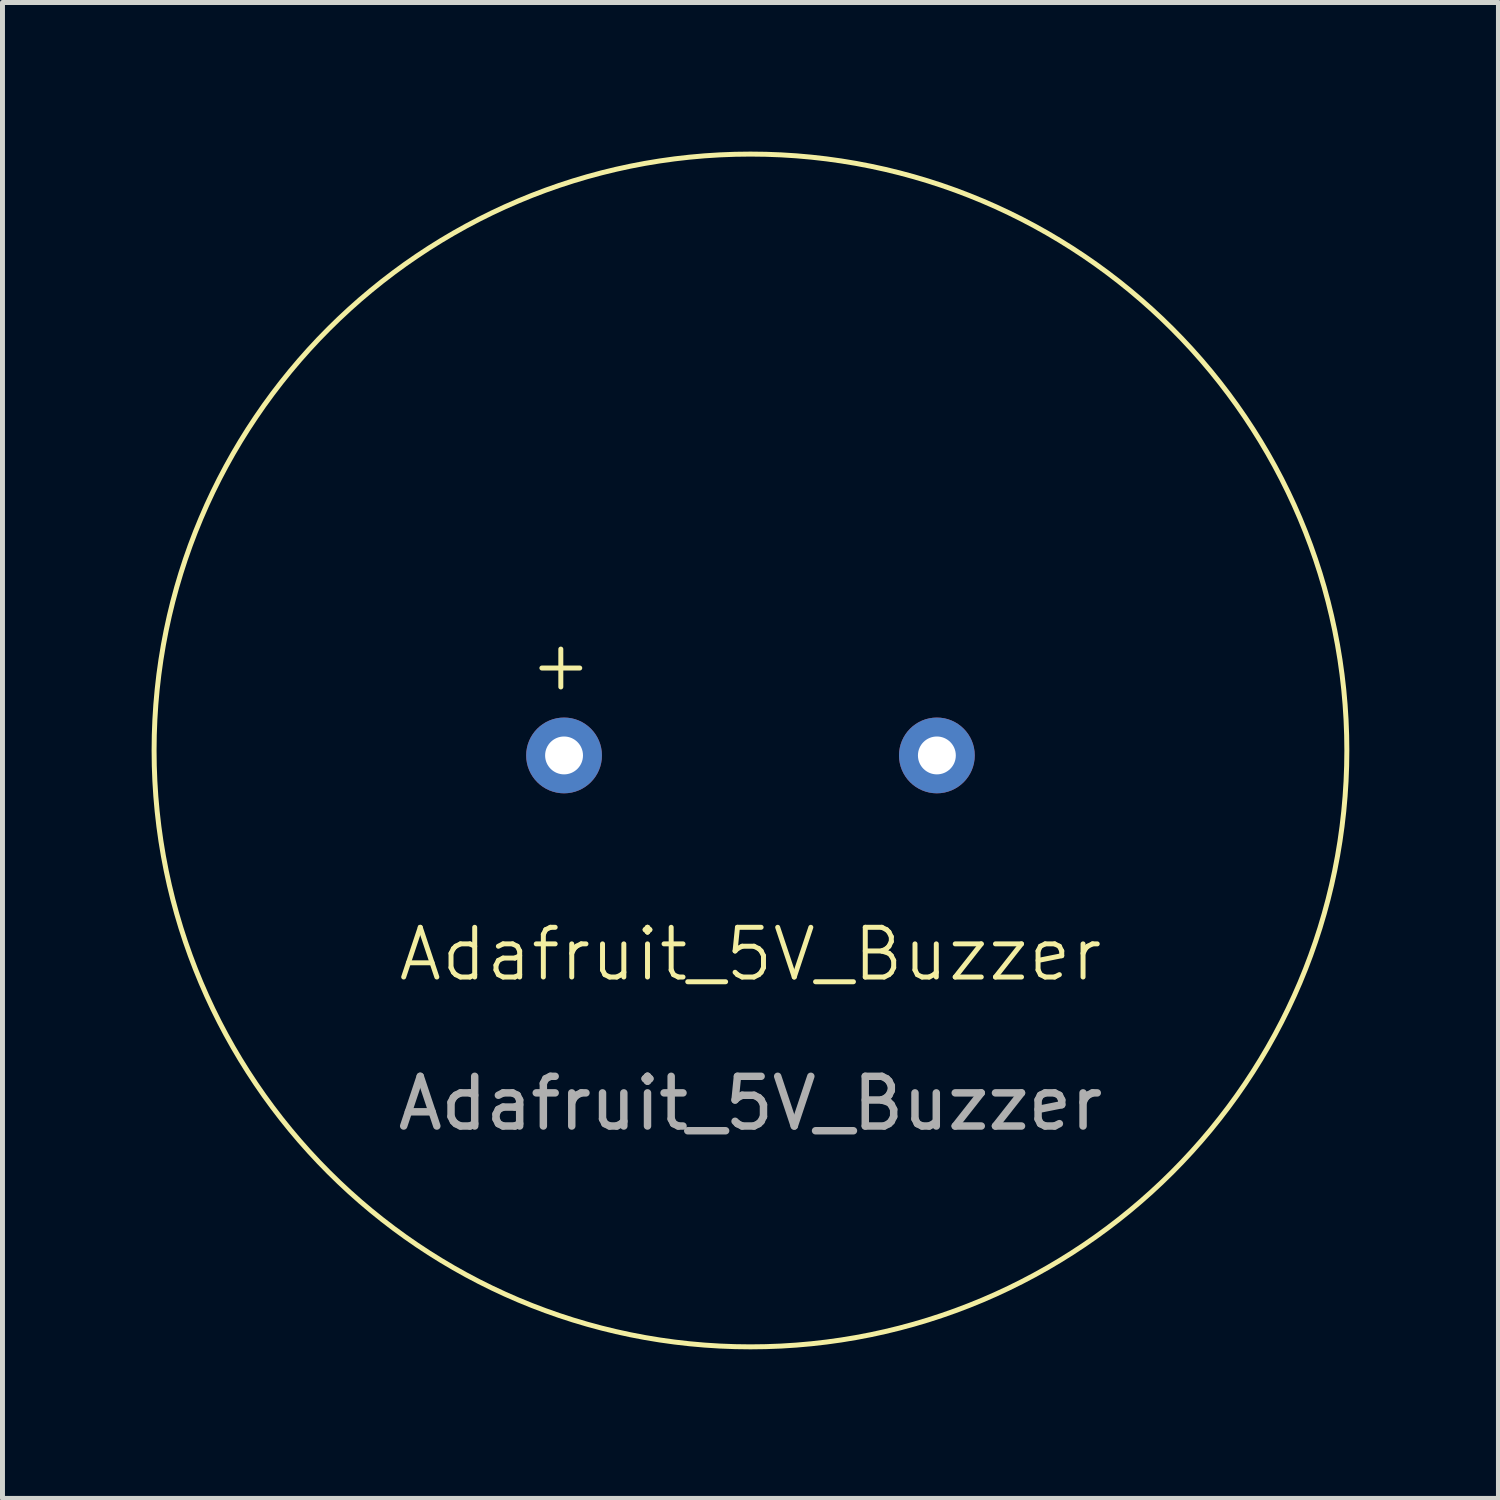
<source format=kicad_pcb>
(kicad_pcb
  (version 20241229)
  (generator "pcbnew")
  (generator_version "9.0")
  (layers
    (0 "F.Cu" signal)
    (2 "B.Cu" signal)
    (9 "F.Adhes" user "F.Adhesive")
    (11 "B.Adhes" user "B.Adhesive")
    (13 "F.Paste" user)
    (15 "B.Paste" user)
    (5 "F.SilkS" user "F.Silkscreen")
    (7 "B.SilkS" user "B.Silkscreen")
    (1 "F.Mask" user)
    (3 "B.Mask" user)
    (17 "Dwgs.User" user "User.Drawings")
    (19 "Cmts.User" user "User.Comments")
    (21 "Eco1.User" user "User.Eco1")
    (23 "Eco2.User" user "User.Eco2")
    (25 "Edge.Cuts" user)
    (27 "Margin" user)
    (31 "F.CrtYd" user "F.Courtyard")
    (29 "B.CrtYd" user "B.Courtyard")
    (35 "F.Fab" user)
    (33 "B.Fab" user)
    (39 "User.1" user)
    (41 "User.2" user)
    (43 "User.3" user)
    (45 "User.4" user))
  (footprint "Adafruit_5V_Buzzer"
    (layer "F.Cu")
    (at 12.047 16.647)
    (property "Reference" "Adafruit_5V_Buzzer" (at 0 -0.5 0) (unlocked yes) (layer "F.SilkS") (effects (font (size 1 1) (thickness 0.1))))
    (attr through_hole)
    (fp_circle (center 0 -4.6) (end 7.7 -13.8) (stroke (width 0.1) (type default)) (fill no) (layer "F.SilkS"))
    (fp_text user "+" (at -4.5 -5.75 0) (unlocked yes) (layer "F.SilkS") (effects (font (size 1 1) (thickness 0.1)) (justify left bottom)))
    (fp_text user "${REFERENCE}" (at 0 2.5 0) (unlocked yes) (layer "F.Fab") (effects (font (size 1 1) (thickness 0.15))))
    (pad "1" thru_hole circle (at -3.75 -4.5) (size 1.524 1.524) (drill 0.762) (layers "*.Cu" "*.Mask"))
    (pad "2" thru_hole circle (at 3.75 -4.5) (size 1.524 1.524) (drill 0.762) (layers "*.Cu" "*.Mask")))
  (gr_rect
    (start -3 -3)
    (end 27.094 27.094)
    (stroke (width 0.1) (type default))
    (fill no)
    (layer "Edge.Cuts")))
</source>
